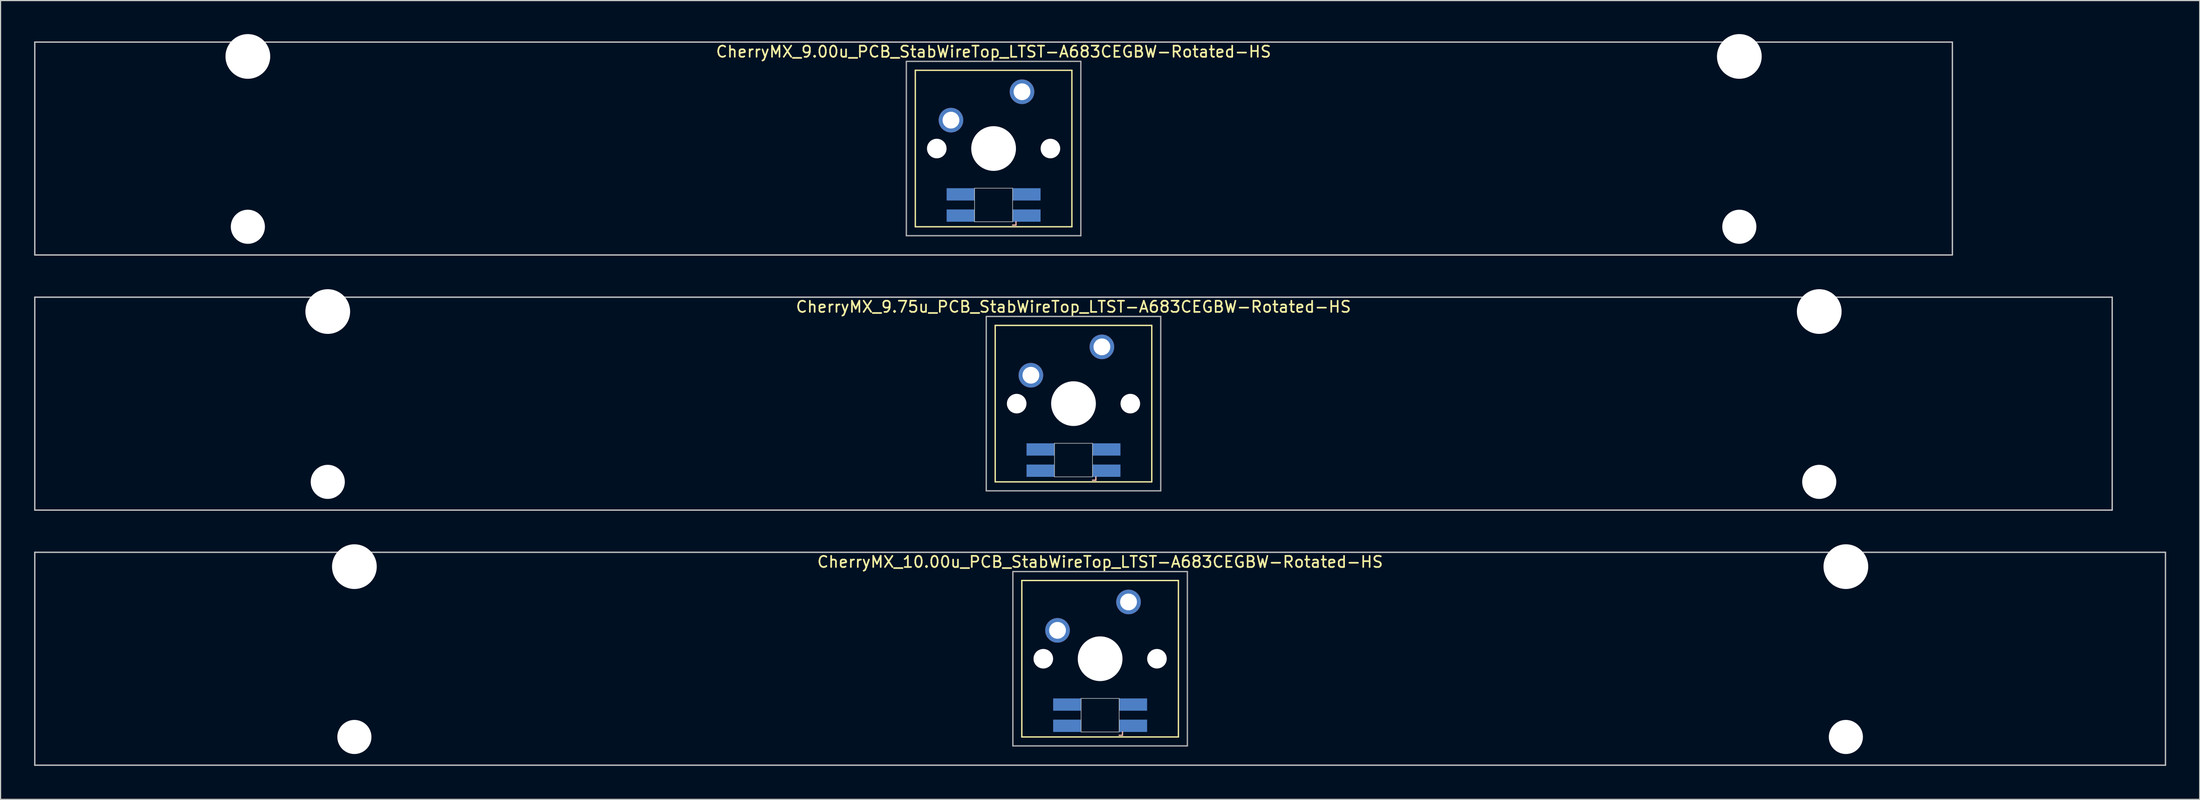
<source format=kicad_pcb>
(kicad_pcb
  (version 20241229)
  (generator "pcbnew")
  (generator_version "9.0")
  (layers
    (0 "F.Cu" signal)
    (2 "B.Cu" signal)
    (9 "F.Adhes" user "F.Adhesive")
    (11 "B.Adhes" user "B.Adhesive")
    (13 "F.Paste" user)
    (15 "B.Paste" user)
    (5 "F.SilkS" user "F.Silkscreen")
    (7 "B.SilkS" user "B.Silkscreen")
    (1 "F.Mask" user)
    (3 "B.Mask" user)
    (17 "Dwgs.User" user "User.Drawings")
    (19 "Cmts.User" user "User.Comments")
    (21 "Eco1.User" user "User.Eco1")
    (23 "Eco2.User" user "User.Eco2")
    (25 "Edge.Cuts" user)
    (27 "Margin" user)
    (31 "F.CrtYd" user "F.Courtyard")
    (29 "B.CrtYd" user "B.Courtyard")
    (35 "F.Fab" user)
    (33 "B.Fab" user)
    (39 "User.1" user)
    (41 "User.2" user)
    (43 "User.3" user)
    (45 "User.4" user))
  (footprint "CherryMX_9.75u_PCB_StabWireTop_LTST-A683CEGBW-Rotated-HS"
    (layer "F.Cu")
    (at 92.929 33.065)
    (property "Reference" "CherryMX_9.75u_PCB_StabWireTop_LTST-A683CEGBW-Rotated-HS" (at 0 -8.662 0) (layer "F.SilkS") (effects (font (size 1 1) (thickness 0.15))))
    (attr through_hole)
    (fp_line (start -7 -7) (end -7 7) (stroke (width 0.12) (type solid)) (layer "F.SilkS"))
    (fp_line (start -7 -7) (end 7 -7) (stroke (width 0.12) (type solid)) (layer "F.SilkS"))
    (fp_line (start 7 -7) (end 7 7) (stroke (width 0.12) (type solid)) (layer "F.SilkS"))
    (fp_line (start 7 7) (end -7 7) (stroke (width 0.12) (type solid)) (layer "F.SilkS"))
    (fp_line (start 1.7 6.85) (end 2 6.85) (stroke (width 0.12) (type solid)) (layer "B.SilkS"))
    (fp_line (start 2 6.85) (end 2 6.55) (stroke (width 0.12) (type solid)) (layer "B.SilkS"))
    (fp_line (start -92.869 -9.525) (end 92.869 -9.525) (stroke (width 0.12) (type solid)) (layer "Dwgs.User"))
    (fp_line (start -92.869 9.525) (end -92.869 -9.525) (stroke (width 0.12) (type solid)) (layer "Dwgs.User"))
    (fp_line (start 92.869 -9.525) (end 92.869 9.525) (stroke (width 0.12) (type solid)) (layer "Dwgs.User"))
    (fp_line (start 92.869 9.525) (end -92.869 9.525) (stroke (width 0.12) (type solid)) (layer "Dwgs.User"))
    (fp_line (start -1.7 3.55) (end 1.7 3.55) (stroke (width 0.05) (type solid)) (layer "Edge.Cuts"))
    (fp_line (start -1.7 6.55) (end -1.7 3.55) (stroke (width 0.05) (type solid)) (layer "Edge.Cuts"))
    (fp_line (start 1.7 3.55) (end 1.7 6.55) (stroke (width 0.05) (type solid)) (layer "Edge.Cuts"))
    (fp_line (start 1.7 6.55) (end -1.7 6.55) (stroke (width 0.05) (type solid)) (layer "Edge.Cuts"))
    (fp_line (start -7.8 -7.8) (end -7.8 7.8) (stroke (width 0.12) (type solid)) (layer "F.Fab"))
    (fp_line (start -7.8 -7.8) (end 7.8 -7.8) (stroke (width 0.12) (type solid)) (layer "F.Fab"))
    (fp_line (start -7.8 7.8) (end 7.8 7.8) (stroke (width 0.12) (type solid)) (layer "F.Fab"))
    (fp_line (start 7.8 -7.8) (end 7.8 7.8) (stroke (width 0.12) (type solid)) (layer "F.Fab"))
    (pad "" np_thru_hole circle (at -66.675 -8.24) (size 4 4) (drill 4) (layers "*.Cu" "*.Mask"))
    (pad "" np_thru_hole circle (at -66.675 7) (size 3.05 3.05) (drill 3.05) (layers "*.Cu" "*.Mask"))
    (pad "" np_thru_hole circle (at -5.08 0) (size 1.75 1.75) (drill 1.75) (layers "*.Cu" "*.Mask"))
    (pad "" np_thru_hole circle (at 0 0) (size 4 4) (drill 4) (layers "*.Cu" "*.Mask"))
    (pad "" np_thru_hole circle (at 5.08 0) (size 1.75 1.75) (drill 1.75) (layers "*.Cu" "*.Mask"))
    (pad "" np_thru_hole circle (at 66.675 -8.24) (size 4 4) (drill 4) (layers "*.Cu" "*.Mask"))
    (pad "" np_thru_hole circle (at 66.675 7) (size 3.05 3.05) (drill 3.05) (layers "*.Cu" "*.Mask"))
    (pad "1" thru_hole circle (at -3.81 -2.54) (size 2.2 2.2) (drill 1.5) (layers "*.Cu" "*.Mask"))
    (pad "2" thru_hole circle (at 2.54 -5.08) (size 2.2 2.2) (drill 1.5) (layers "*.Cu" "*.Mask"))
    (pad "3" smd rect (at 2.95 6) (size 2.5 1.1) (layers "B.Cu" "B.Mask" "B.Paste"))
    (pad "4" smd rect (at 2.95 4.1) (size 2.5 1.1) (layers "B.Cu" "B.Mask" "B.Paste"))
    (pad "5" smd rect (at -2.95 6) (size 2.5 1.1) (layers "B.Cu" "B.Mask" "B.Paste"))
    (pad "6" smd rect (at -2.95 4.1) (size 2.5 1.1) (layers "B.Cu" "B.Mask" "B.Paste")))
  (footprint "CherryMX_9.00u_PCB_StabWireTop_LTST-A683CEGBW-Rotated-HS"
    (layer "F.Cu")
    (at 85.785 10.24)
    (property "Reference" "CherryMX_9.00u_PCB_StabWireTop_LTST-A683CEGBW-Rotated-HS" (at 0 -8.662 0) (layer "F.SilkS") (effects (font (size 1 1) (thickness 0.15))))
    (attr through_hole)
    (fp_line (start -7 -7) (end -7 7) (stroke (width 0.12) (type solid)) (layer "F.SilkS"))
    (fp_line (start -7 -7) (end 7 -7) (stroke (width 0.12) (type solid)) (layer "F.SilkS"))
    (fp_line (start 7 -7) (end 7 7) (stroke (width 0.12) (type solid)) (layer "F.SilkS"))
    (fp_line (start 7 7) (end -7 7) (stroke (width 0.12) (type solid)) (layer "F.SilkS"))
    (fp_line (start 1.7 6.85) (end 2 6.85) (stroke (width 0.12) (type solid)) (layer "B.SilkS"))
    (fp_line (start 2 6.85) (end 2 6.55) (stroke (width 0.12) (type solid)) (layer "B.SilkS"))
    (fp_line (start -85.725 -9.525) (end 85.725 -9.525) (stroke (width 0.12) (type solid)) (layer "Dwgs.User"))
    (fp_line (start -85.725 9.525) (end -85.725 -9.525) (stroke (width 0.12) (type solid)) (layer "Dwgs.User"))
    (fp_line (start 85.725 -9.525) (end 85.725 9.525) (stroke (width 0.12) (type solid)) (layer "Dwgs.User"))
    (fp_line (start 85.725 9.525) (end -85.725 9.525) (stroke (width 0.12) (type solid)) (layer "Dwgs.User"))
    (fp_line (start -1.7 3.55) (end 1.7 3.55) (stroke (width 0.05) (type solid)) (layer "Edge.Cuts"))
    (fp_line (start -1.7 6.55) (end -1.7 3.55) (stroke (width 0.05) (type solid)) (layer "Edge.Cuts"))
    (fp_line (start 1.7 3.55) (end 1.7 6.55) (stroke (width 0.05) (type solid)) (layer "Edge.Cuts"))
    (fp_line (start 1.7 6.55) (end -1.7 6.55) (stroke (width 0.05) (type solid)) (layer "Edge.Cuts"))
    (fp_line (start -7.8 -7.8) (end -7.8 7.8) (stroke (width 0.12) (type solid)) (layer "F.Fab"))
    (fp_line (start -7.8 -7.8) (end 7.8 -7.8) (stroke (width 0.12) (type solid)) (layer "F.Fab"))
    (fp_line (start -7.8 7.8) (end 7.8 7.8) (stroke (width 0.12) (type solid)) (layer "F.Fab"))
    (fp_line (start 7.8 -7.8) (end 7.8 7.8) (stroke (width 0.12) (type solid)) (layer "F.Fab"))
    (pad "" np_thru_hole circle (at -66.675 -8.24) (size 4 4) (drill 4) (layers "*.Cu" "*.Mask"))
    (pad "" np_thru_hole circle (at -66.675 7) (size 3.05 3.05) (drill 3.05) (layers "*.Cu" "*.Mask"))
    (pad "" np_thru_hole circle (at -5.08 0) (size 1.75 1.75) (drill 1.75) (layers "*.Cu" "*.Mask"))
    (pad "" np_thru_hole circle (at 0 0) (size 4 4) (drill 4) (layers "*.Cu" "*.Mask"))
    (pad "" np_thru_hole circle (at 5.08 0) (size 1.75 1.75) (drill 1.75) (layers "*.Cu" "*.Mask"))
    (pad "" np_thru_hole circle (at 66.675 -8.24) (size 4 4) (drill 4) (layers "*.Cu" "*.Mask"))
    (pad "" np_thru_hole circle (at 66.675 7) (size 3.05 3.05) (drill 3.05) (layers "*.Cu" "*.Mask"))
    (pad "1" thru_hole circle (at -3.81 -2.54) (size 2.2 2.2) (drill 1.5) (layers "*.Cu" "*.Mask"))
    (pad "2" thru_hole circle (at 2.54 -5.08) (size 2.2 2.2) (drill 1.5) (layers "*.Cu" "*.Mask"))
    (pad "3" smd rect (at 2.95 6) (size 2.5 1.1) (layers "B.Cu" "B.Mask" "B.Paste"))
    (pad "4" smd rect (at 2.95 4.1) (size 2.5 1.1) (layers "B.Cu" "B.Mask" "B.Paste"))
    (pad "5" smd rect (at -2.95 6) (size 2.5 1.1) (layers "B.Cu" "B.Mask" "B.Paste"))
    (pad "6" smd rect (at -2.95 4.1) (size 2.5 1.1) (layers "B.Cu" "B.Mask" "B.Paste")))
  (footprint "CherryMX_10.00u_PCB_StabWireTop_LTST-A683CEGBW-Rotated-HS"
    (layer "F.Cu")
    (at 95.31 55.89)
    (property "Reference" "CherryMX_10.00u_PCB_StabWireTop_LTST-A683CEGBW-Rotated-HS" (at 0 -8.662 0) (layer "F.SilkS") (effects (font (size 1 1) (thickness 0.15))))
    (attr through_hole)
    (fp_line (start -7 -7) (end -7 7) (stroke (width 0.12) (type solid)) (layer "F.SilkS"))
    (fp_line (start -7 -7) (end 7 -7) (stroke (width 0.12) (type solid)) (layer "F.SilkS"))
    (fp_line (start 7 -7) (end 7 7) (stroke (width 0.12) (type solid)) (layer "F.SilkS"))
    (fp_line (start 7 7) (end -7 7) (stroke (width 0.12) (type solid)) (layer "F.SilkS"))
    (fp_line (start 1.7 6.85) (end 2 6.85) (stroke (width 0.12) (type solid)) (layer "B.SilkS"))
    (fp_line (start 2 6.85) (end 2 6.55) (stroke (width 0.12) (type solid)) (layer "B.SilkS"))
    (fp_line (start -95.25 -9.525) (end 95.25 -9.525) (stroke (width 0.12) (type solid)) (layer "Dwgs.User"))
    (fp_line (start -95.25 9.525) (end -95.25 -9.525) (stroke (width 0.12) (type solid)) (layer "Dwgs.User"))
    (fp_line (start 95.25 -9.525) (end 95.25 9.525) (stroke (width 0.12) (type solid)) (layer "Dwgs.User"))
    (fp_line (start 95.25 9.525) (end -95.25 9.525) (stroke (width 0.12) (type solid)) (layer "Dwgs.User"))
    (fp_line (start -1.7 3.55) (end 1.7 3.55) (stroke (width 0.05) (type solid)) (layer "Edge.Cuts"))
    (fp_line (start -1.7 6.55) (end -1.7 3.55) (stroke (width 0.05) (type solid)) (layer "Edge.Cuts"))
    (fp_line (start 1.7 3.55) (end 1.7 6.55) (stroke (width 0.05) (type solid)) (layer "Edge.Cuts"))
    (fp_line (start 1.7 6.55) (end -1.7 6.55) (stroke (width 0.05) (type solid)) (layer "Edge.Cuts"))
    (fp_line (start -7.8 -7.8) (end -7.8 7.8) (stroke (width 0.12) (type solid)) (layer "F.Fab"))
    (fp_line (start -7.8 -7.8) (end 7.8 -7.8) (stroke (width 0.12) (type solid)) (layer "F.Fab"))
    (fp_line (start -7.8 7.8) (end 7.8 7.8) (stroke (width 0.12) (type solid)) (layer "F.Fab"))
    (fp_line (start 7.8 -7.8) (end 7.8 7.8) (stroke (width 0.12) (type solid)) (layer "F.Fab"))
    (pad "" np_thru_hole circle (at -66.675 -8.24) (size 4 4) (drill 4) (layers "*.Cu" "*.Mask"))
    (pad "" np_thru_hole circle (at -66.675 7) (size 3.05 3.05) (drill 3.05) (layers "*.Cu" "*.Mask"))
    (pad "" np_thru_hole circle (at -5.08 0) (size 1.75 1.75) (drill 1.75) (layers "*.Cu" "*.Mask"))
    (pad "" np_thru_hole circle (at 0 0) (size 4 4) (drill 4) (layers "*.Cu" "*.Mask"))
    (pad "" np_thru_hole circle (at 5.08 0) (size 1.75 1.75) (drill 1.75) (layers "*.Cu" "*.Mask"))
    (pad "" np_thru_hole circle (at 66.675 -8.24) (size 4 4) (drill 4) (layers "*.Cu" "*.Mask"))
    (pad "" np_thru_hole circle (at 66.675 7) (size 3.05 3.05) (drill 3.05) (layers "*.Cu" "*.Mask"))
    (pad "1" thru_hole circle (at -3.81 -2.54) (size 2.2 2.2) (drill 1.5) (layers "*.Cu" "*.Mask"))
    (pad "2" thru_hole circle (at 2.54 -5.08) (size 2.2 2.2) (drill 1.5) (layers "*.Cu" "*.Mask"))
    (pad "3" smd rect (at 2.95 6) (size 2.5 1.1) (layers "B.Cu" "B.Mask" "B.Paste"))
    (pad "4" smd rect (at 2.95 4.1) (size 2.5 1.1) (layers "B.Cu" "B.Mask" "B.Paste"))
    (pad "5" smd rect (at -2.95 6) (size 2.5 1.1) (layers "B.Cu" "B.Mask" "B.Paste"))
    (pad "6" smd rect (at -2.95 4.1) (size 2.5 1.1) (layers "B.Cu" "B.Mask" "B.Paste")))
  (gr_rect
    (start -3 -3)
    (end 193.62 68.475)
    (stroke (width 0.1) (type default))
    (fill no)
    (layer "Edge.Cuts")))
</source>
